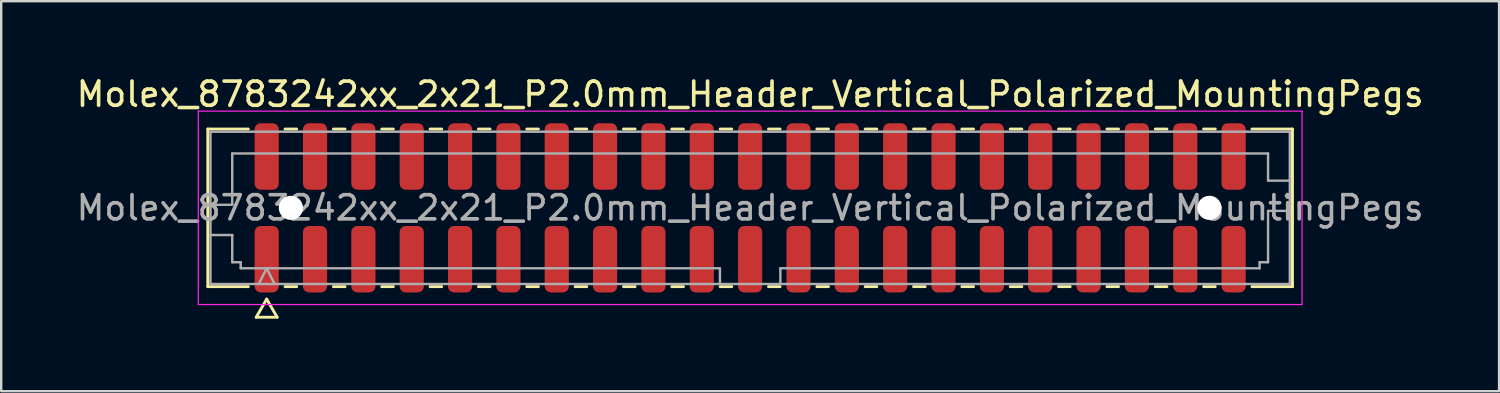
<source format=kicad_pcb>
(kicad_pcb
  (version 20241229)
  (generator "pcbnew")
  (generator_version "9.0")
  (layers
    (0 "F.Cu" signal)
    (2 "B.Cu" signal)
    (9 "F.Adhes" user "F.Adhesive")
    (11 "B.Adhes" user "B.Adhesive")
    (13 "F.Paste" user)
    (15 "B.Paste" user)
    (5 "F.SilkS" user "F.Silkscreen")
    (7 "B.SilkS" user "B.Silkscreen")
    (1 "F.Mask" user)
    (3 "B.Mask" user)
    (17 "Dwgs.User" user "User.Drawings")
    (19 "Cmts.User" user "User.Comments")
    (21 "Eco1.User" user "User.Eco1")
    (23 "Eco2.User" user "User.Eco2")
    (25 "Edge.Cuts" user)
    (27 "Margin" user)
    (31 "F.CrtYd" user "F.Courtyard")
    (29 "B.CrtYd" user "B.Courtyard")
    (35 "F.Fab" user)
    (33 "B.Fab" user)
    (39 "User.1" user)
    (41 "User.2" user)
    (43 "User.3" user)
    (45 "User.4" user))
  (footprint "Molex_8783242xx_2x21_P2.0mm_Header_Vertical_Polarized_MountingPegs"
    (layer "F.Cu")
    (at 27.982 5.548)
    (property "Reference" "Molex_8783242xx_2x21_P2.0mm_Header_Vertical_Polarized_MountingPegs" (at 0 -4.7 0) (layer "F.SilkS") (effects (font (size 1 1) (thickness 0.15))))
    (attr smd)
    (fp_line (start -22.435 -3.26) (end -20.76 -3.26) (stroke (width 0.12) (type solid)) (layer "F.SilkS"))
    (fp_line (start -22.435 3.26) (end -22.435 -3.26) (stroke (width 0.12) (type solid)) (layer "F.SilkS"))
    (fp_line (start -20.76 3.26) (end -22.435 3.26) (stroke (width 0.12) (type solid)) (layer "F.SilkS"))
    (fp_line (start -20.433 4.525) (end -20 3.775) (stroke (width 0.12) (type solid)) (layer "F.SilkS"))
    (fp_line (start -20 3.775) (end -19.567 4.525) (stroke (width 0.12) (type solid)) (layer "F.SilkS"))
    (fp_line (start -19.567 4.525) (end -20.433 4.525) (stroke (width 0.12) (type solid)) (layer "F.SilkS"))
    (fp_line (start -19.24 -3.26) (end -18.76 -3.26) (stroke (width 0.12) (type solid)) (layer "F.SilkS"))
    (fp_line (start -18.76 3.26) (end -19.24 3.26) (stroke (width 0.12) (type solid)) (layer "F.SilkS"))
    (fp_line (start -17.24 -3.26) (end -16.76 -3.26) (stroke (width 0.12) (type solid)) (layer "F.SilkS"))
    (fp_line (start -16.76 3.26) (end -17.24 3.26) (stroke (width 0.12) (type solid)) (layer "F.SilkS"))
    (fp_line (start -15.24 -3.26) (end -14.76 -3.26) (stroke (width 0.12) (type solid)) (layer "F.SilkS"))
    (fp_line (start -14.76 3.26) (end -15.24 3.26) (stroke (width 0.12) (type solid)) (layer "F.SilkS"))
    (fp_line (start -13.24 -3.26) (end -12.76 -3.26) (stroke (width 0.12) (type solid)) (layer "F.SilkS"))
    (fp_line (start -12.76 3.26) (end -13.24 3.26) (stroke (width 0.12) (type solid)) (layer "F.SilkS"))
    (fp_line (start -11.24 -3.26) (end -10.76 -3.26) (stroke (width 0.12) (type solid)) (layer "F.SilkS"))
    (fp_line (start -10.76 3.26) (end -11.24 3.26) (stroke (width 0.12) (type solid)) (layer "F.SilkS"))
    (fp_line (start -9.24 -3.26) (end -8.76 -3.26) (stroke (width 0.12) (type solid)) (layer "F.SilkS"))
    (fp_line (start -8.76 3.26) (end -9.24 3.26) (stroke (width 0.12) (type solid)) (layer "F.SilkS"))
    (fp_line (start -7.24 -3.26) (end -6.76 -3.26) (stroke (width 0.12) (type solid)) (layer "F.SilkS"))
    (fp_line (start -6.76 3.26) (end -7.24 3.26) (stroke (width 0.12) (type solid)) (layer "F.SilkS"))
    (fp_line (start -5.24 -3.26) (end -4.76 -3.26) (stroke (width 0.12) (type solid)) (layer "F.SilkS"))
    (fp_line (start -4.76 3.26) (end -5.24 3.26) (stroke (width 0.12) (type solid)) (layer "F.SilkS"))
    (fp_line (start -3.24 -3.26) (end -2.76 -3.26) (stroke (width 0.12) (type solid)) (layer "F.SilkS"))
    (fp_line (start -2.76 3.26) (end -3.24 3.26) (stroke (width 0.12) (type solid)) (layer "F.SilkS"))
    (fp_line (start -1.24 -3.26) (end -0.76 -3.26) (stroke (width 0.12) (type solid)) (layer "F.SilkS"))
    (fp_line (start -0.76 3.26) (end -1.24 3.26) (stroke (width 0.12) (type solid)) (layer "F.SilkS"))
    (fp_line (start 0.76 -3.26) (end 1.24 -3.26) (stroke (width 0.12) (type solid)) (layer "F.SilkS"))
    (fp_line (start 1.24 3.26) (end 0.76 3.26) (stroke (width 0.12) (type solid)) (layer "F.SilkS"))
    (fp_line (start 2.76 -3.26) (end 3.24 -3.26) (stroke (width 0.12) (type solid)) (layer "F.SilkS"))
    (fp_line (start 3.24 3.26) (end 2.76 3.26) (stroke (width 0.12) (type solid)) (layer "F.SilkS"))
    (fp_line (start 4.76 -3.26) (end 5.24 -3.26) (stroke (width 0.12) (type solid)) (layer "F.SilkS"))
    (fp_line (start 5.24 3.26) (end 4.76 3.26) (stroke (width 0.12) (type solid)) (layer "F.SilkS"))
    (fp_line (start 6.76 -3.26) (end 7.24 -3.26) (stroke (width 0.12) (type solid)) (layer "F.SilkS"))
    (fp_line (start 7.24 3.26) (end 6.76 3.26) (stroke (width 0.12) (type solid)) (layer "F.SilkS"))
    (fp_line (start 8.76 -3.26) (end 9.24 -3.26) (stroke (width 0.12) (type solid)) (layer "F.SilkS"))
    (fp_line (start 9.24 3.26) (end 8.76 3.26) (stroke (width 0.12) (type solid)) (layer "F.SilkS"))
    (fp_line (start 10.76 -3.26) (end 11.24 -3.26) (stroke (width 0.12) (type solid)) (layer "F.SilkS"))
    (fp_line (start 11.24 3.26) (end 10.76 3.26) (stroke (width 0.12) (type solid)) (layer "F.SilkS"))
    (fp_line (start 12.76 -3.26) (end 13.24 -3.26) (stroke (width 0.12) (type solid)) (layer "F.SilkS"))
    (fp_line (start 13.24 3.26) (end 12.76 3.26) (stroke (width 0.12) (type solid)) (layer "F.SilkS"))
    (fp_line (start 14.76 -3.26) (end 15.24 -3.26) (stroke (width 0.12) (type solid)) (layer "F.SilkS"))
    (fp_line (start 15.24 3.26) (end 14.76 3.26) (stroke (width 0.12) (type solid)) (layer "F.SilkS"))
    (fp_line (start 16.76 -3.26) (end 17.24 -3.26) (stroke (width 0.12) (type solid)) (layer "F.SilkS"))
    (fp_line (start 17.24 3.26) (end 16.76 3.26) (stroke (width 0.12) (type solid)) (layer "F.SilkS"))
    (fp_line (start 18.76 -3.26) (end 19.24 -3.26) (stroke (width 0.12) (type solid)) (layer "F.SilkS"))
    (fp_line (start 19.24 3.26) (end 18.76 3.26) (stroke (width 0.12) (type solid)) (layer "F.SilkS"))
    (fp_line (start 20.76 -3.26) (end 22.435 -3.26) (stroke (width 0.12) (type solid)) (layer "F.SilkS"))
    (fp_line (start 22.435 -3.26) (end 22.435 3.26) (stroke (width 0.12) (type solid)) (layer "F.SilkS"))
    (fp_line (start 22.435 3.26) (end 20.76 3.26) (stroke (width 0.12) (type solid)) (layer "F.SilkS"))
    (fp_line (start -22.83 -4) (end -22.83 4) (stroke (width 0.05) (type solid)) (layer "F.CrtYd"))
    (fp_line (start -22.83 4) (end 22.83 4) (stroke (width 0.05) (type solid)) (layer "F.CrtYd"))
    (fp_line (start 22.83 -4) (end -22.83 -4) (stroke (width 0.05) (type solid)) (layer "F.CrtYd"))
    (fp_line (start 22.83 4) (end 22.83 -4) (stroke (width 0.05) (type solid)) (layer "F.CrtYd"))
    (fp_line (start -22.325 -3.15) (end 22.325 -3.15) (stroke (width 0.1) (type solid)) (layer "F.Fab"))
    (fp_line (start -22.325 -0.125) (end -21.425 -0.125) (stroke (width 0.1) (type solid)) (layer "F.Fab"))
    (fp_line (start -22.325 1.125) (end -21.425 1.125) (stroke (width 0.1) (type solid)) (layer "F.Fab"))
    (fp_line (start -22.325 3.15) (end -22.325 -3.15) (stroke (width 0.1) (type solid)) (layer "F.Fab"))
    (fp_line (start -21.425 -2.25) (end 21.425 -2.25) (stroke (width 0.1) (type solid)) (layer "F.Fab"))
    (fp_line (start -21.425 -0.125) (end -21.425 -2.25) (stroke (width 0.1) (type solid)) (layer "F.Fab"))
    (fp_line (start -21.425 1.125) (end -21.425 2.25) (stroke (width 0.1) (type solid)) (layer "F.Fab"))
    (fp_line (start -21.425 2.25) (end -21.075 2.25) (stroke (width 0.1) (type solid)) (layer "F.Fab"))
    (fp_line (start -21.075 2.25) (end -21.075 2.5) (stroke (width 0.1) (type solid)) (layer "F.Fab"))
    (fp_line (start -21.075 2.5) (end -1.25 2.5) (stroke (width 0.1) (type solid)) (layer "F.Fab"))
    (fp_line (start -20.325 3.15) (end -20 2.5) (stroke (width 0.1) (type solid)) (layer "F.Fab"))
    (fp_line (start -20 2.5) (end -19.675 3.15) (stroke (width 0.1) (type solid)) (layer "F.Fab"))
    (fp_line (start -1.25 2.5) (end -1.25 3.15) (stroke (width 0.1) (type solid)) (layer "F.Fab"))
    (fp_line (start 1.25 2.5) (end 1.25 3.15) (stroke (width 0.1) (type solid)) (layer "F.Fab"))
    (fp_line (start 1.25 2.5) (end 21.075 2.5) (stroke (width 0.1) (type solid)) (layer "F.Fab"))
    (fp_line (start 21.075 2.25) (end 21.425 2.25) (stroke (width 0.1) (type solid)) (layer "F.Fab"))
    (fp_line (start 21.075 2.5) (end 21.075 2.25) (stroke (width 0.1) (type solid)) (layer "F.Fab"))
    (fp_line (start 21.425 -2.25) (end 21.425 -1.125) (stroke (width 0.1) (type solid)) (layer "F.Fab"))
    (fp_line (start 21.425 -1.125) (end 22.325 -1.125) (stroke (width 0.1) (type solid)) (layer "F.Fab"))
    (fp_line (start 21.425 0.125) (end 22.325 0.125) (stroke (width 0.1) (type solid)) (layer "F.Fab"))
    (fp_line (start 21.425 2.25) (end 21.425 0.125) (stroke (width 0.1) (type solid)) (layer "F.Fab"))
    (fp_line (start 22.325 -3.15) (end 22.325 3.15) (stroke (width 0.1) (type solid)) (layer "F.Fab"))
    (fp_line (start 22.325 3.15) (end -22.325 3.15) (stroke (width 0.1) (type solid)) (layer "F.Fab"))
    (fp_text user "${REFERENCE}" (at 0 0 0) (layer "F.Fab") (effects (font (size 1 1) (thickness 0.15))))
    (pad "" np_thru_hole circle (at -19 0) (size 1 1) (drill 1) (layers "*.Cu" "*.Mask"))
    (pad "" np_thru_hole circle (at 19 0) (size 1 1) (drill 1) (layers "*.Cu" "*.Mask"))
    (pad "1" smd roundrect (at -20 2.125) (size 1 2.75) (layers "F.Cu" "F.Mask" "F.Paste") (roundrect_rratio 0.25))
    (pad "2" smd roundrect (at -20 -2.125) (size 1 2.75) (layers "F.Cu" "F.Mask" "F.Paste") (roundrect_rratio 0.25))
    (pad "3" smd roundrect (at -18 2.125) (size 1 2.75) (layers "F.Cu" "F.Mask" "F.Paste") (roundrect_rratio 0.25))
    (pad "4" smd roundrect (at -18 -2.125) (size 1 2.75) (layers "F.Cu" "F.Mask" "F.Paste") (roundrect_rratio 0.25))
    (pad "5" smd roundrect (at -16 2.125) (size 1 2.75) (layers "F.Cu" "F.Mask" "F.Paste") (roundrect_rratio 0.25))
    (pad "6" smd roundrect (at -16 -2.125) (size 1 2.75) (layers "F.Cu" "F.Mask" "F.Paste") (roundrect_rratio 0.25))
    (pad "7" smd roundrect (at -14 2.125) (size 1 2.75) (layers "F.Cu" "F.Mask" "F.Paste") (roundrect_rratio 0.25))
    (pad "8" smd roundrect (at -14 -2.125) (size 1 2.75) (layers "F.Cu" "F.Mask" "F.Paste") (roundrect_rratio 0.25))
    (pad "9" smd roundrect (at -12 2.125) (size 1 2.75) (layers "F.Cu" "F.Mask" "F.Paste") (roundrect_rratio 0.25))
    (pad "10" smd roundrect (at -12 -2.125) (size 1 2.75) (layers "F.Cu" "F.Mask" "F.Paste") (roundrect_rratio 0.25))
    (pad "11" smd roundrect (at -10 2.125) (size 1 2.75) (layers "F.Cu" "F.Mask" "F.Paste") (roundrect_rratio 0.25))
    (pad "12" smd roundrect (at -10 -2.125) (size 1 2.75) (layers "F.Cu" "F.Mask" "F.Paste") (roundrect_rratio 0.25))
    (pad "13" smd roundrect (at -8 2.125) (size 1 2.75) (layers "F.Cu" "F.Mask" "F.Paste") (roundrect_rratio 0.25))
    (pad "14" smd roundrect (at -8 -2.125) (size 1 2.75) (layers "F.Cu" "F.Mask" "F.Paste") (roundrect_rratio 0.25))
    (pad "15" smd roundrect (at -6 2.125) (size 1 2.75) (layers "F.Cu" "F.Mask" "F.Paste") (roundrect_rratio 0.25))
    (pad "16" smd roundrect (at -6 -2.125) (size 1 2.75) (layers "F.Cu" "F.Mask" "F.Paste") (roundrect_rratio 0.25))
    (pad "17" smd roundrect (at -4 2.125) (size 1 2.75) (layers "F.Cu" "F.Mask" "F.Paste") (roundrect_rratio 0.25))
    (pad "18" smd roundrect (at -4 -2.125) (size 1 2.75) (layers "F.Cu" "F.Mask" "F.Paste") (roundrect_rratio 0.25))
    (pad "19" smd roundrect (at -2 2.125) (size 1 2.75) (layers "F.Cu" "F.Mask" "F.Paste") (roundrect_rratio 0.25))
    (pad "20" smd roundrect (at -2 -2.125) (size 1 2.75) (layers "F.Cu" "F.Mask" "F.Paste") (roundrect_rratio 0.25))
    (pad "21" smd roundrect (at 0 2.125) (size 1 2.75) (layers "F.Cu" "F.Mask" "F.Paste") (roundrect_rratio 0.25))
    (pad "22" smd roundrect (at 0 -2.125) (size 1 2.75) (layers "F.Cu" "F.Mask" "F.Paste") (roundrect_rratio 0.25))
    (pad "23" smd roundrect (at 2 2.125) (size 1 2.75) (layers "F.Cu" "F.Mask" "F.Paste") (roundrect_rratio 0.25))
    (pad "24" smd roundrect (at 2 -2.125) (size 1 2.75) (layers "F.Cu" "F.Mask" "F.Paste") (roundrect_rratio 0.25))
    (pad "25" smd roundrect (at 4 2.125) (size 1 2.75) (layers "F.Cu" "F.Mask" "F.Paste") (roundrect_rratio 0.25))
    (pad "26" smd roundrect (at 4 -2.125) (size 1 2.75) (layers "F.Cu" "F.Mask" "F.Paste") (roundrect_rratio 0.25))
    (pad "27" smd roundrect (at 6 2.125) (size 1 2.75) (layers "F.Cu" "F.Mask" "F.Paste") (roundrect_rratio 0.25))
    (pad "28" smd roundrect (at 6 -2.125) (size 1 2.75) (layers "F.Cu" "F.Mask" "F.Paste") (roundrect_rratio 0.25))
    (pad "29" smd roundrect (at 8 2.125) (size 1 2.75) (layers "F.Cu" "F.Mask" "F.Paste") (roundrect_rratio 0.25))
    (pad "30" smd roundrect (at 8 -2.125) (size 1 2.75) (layers "F.Cu" "F.Mask" "F.Paste") (roundrect_rratio 0.25))
    (pad "31" smd roundrect (at 10 2.125) (size 1 2.75) (layers "F.Cu" "F.Mask" "F.Paste") (roundrect_rratio 0.25))
    (pad "32" smd roundrect (at 10 -2.125) (size 1 2.75) (layers "F.Cu" "F.Mask" "F.Paste") (roundrect_rratio 0.25))
    (pad "33" smd roundrect (at 12 2.125) (size 1 2.75) (layers "F.Cu" "F.Mask" "F.Paste") (roundrect_rratio 0.25))
    (pad "34" smd roundrect (at 12 -2.125) (size 1 2.75) (layers "F.Cu" "F.Mask" "F.Paste") (roundrect_rratio 0.25))
    (pad "35" smd roundrect (at 14 2.125) (size 1 2.75) (layers "F.Cu" "F.Mask" "F.Paste") (roundrect_rratio 0.25))
    (pad "36" smd roundrect (at 14 -2.125) (size 1 2.75) (layers "F.Cu" "F.Mask" "F.Paste") (roundrect_rratio 0.25))
    (pad "37" smd roundrect (at 16 2.125) (size 1 2.75) (layers "F.Cu" "F.Mask" "F.Paste") (roundrect_rratio 0.25))
    (pad "38" smd roundrect (at 16 -2.125) (size 1 2.75) (layers "F.Cu" "F.Mask" "F.Paste") (roundrect_rratio 0.25))
    (pad "39" smd roundrect (at 18 2.125) (size 1 2.75) (layers "F.Cu" "F.Mask" "F.Paste") (roundrect_rratio 0.25))
    (pad "40" smd roundrect (at 18 -2.125) (size 1 2.75) (layers "F.Cu" "F.Mask" "F.Paste") (roundrect_rratio 0.25))
    (pad "41" smd roundrect (at 20 2.125) (size 1 2.75) (layers "F.Cu" "F.Mask" "F.Paste") (roundrect_rratio 0.25))
    (pad "42" smd roundrect (at 20 -2.125) (size 1 2.75) (layers "F.Cu" "F.Mask" "F.Paste") (roundrect_rratio 0.25)))
  (gr_rect
    (start -3 -3)
    (end 58.964 13.133)
    (stroke (width 0.1) (type default))
    (fill no)
    (layer "Edge.Cuts")))
</source>
